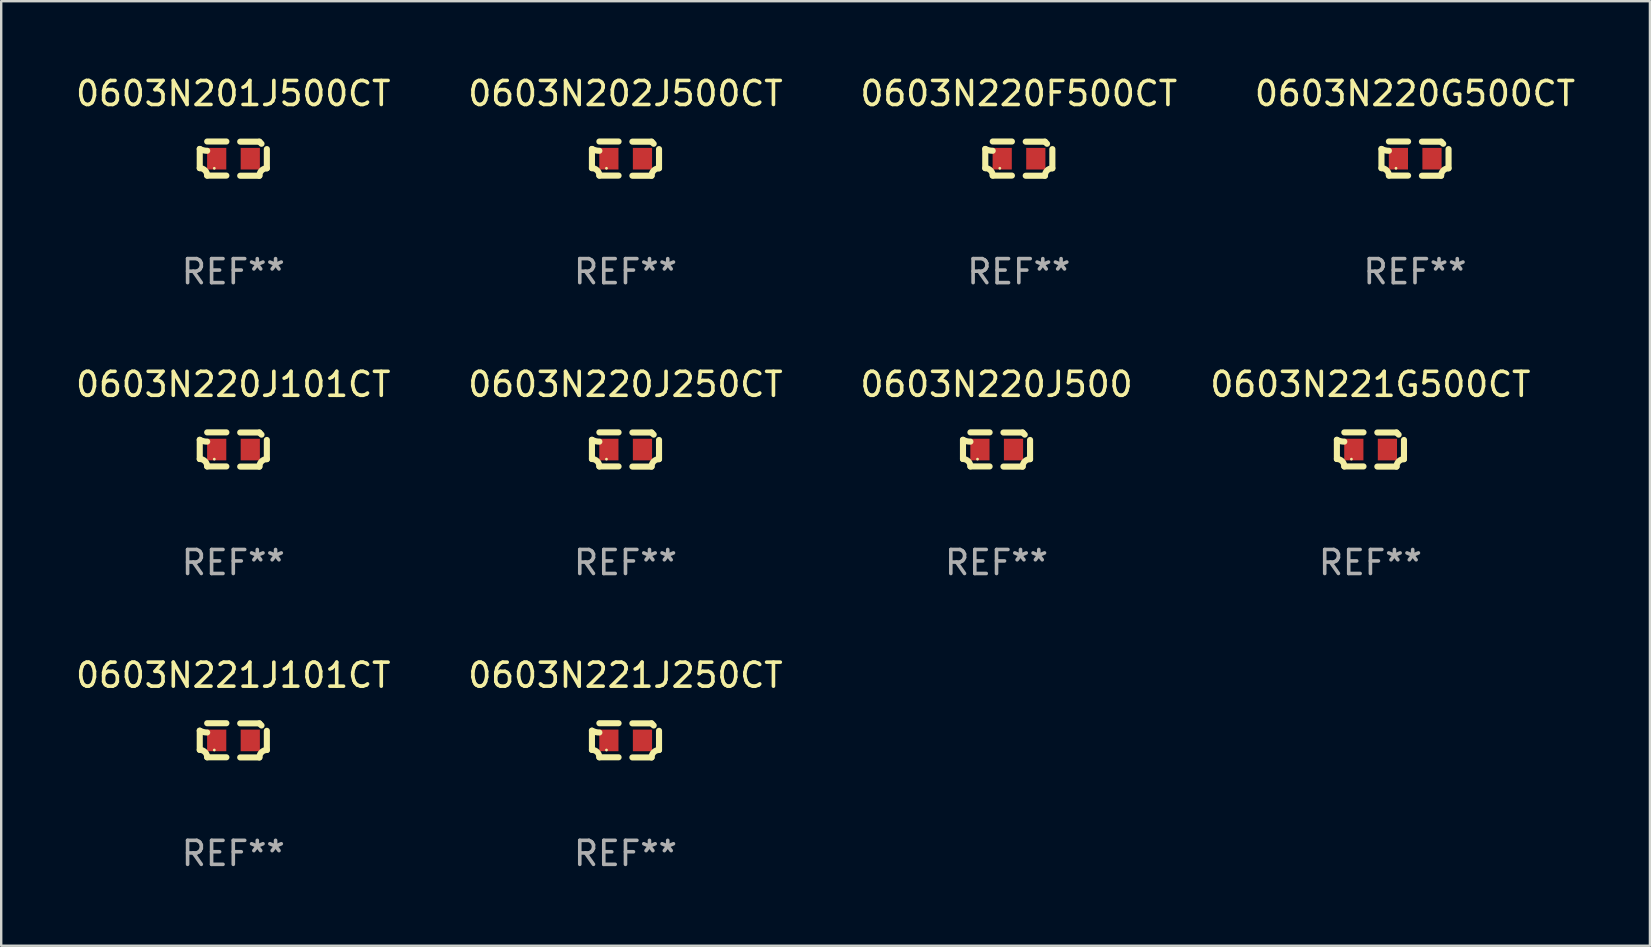
<source format=kicad_pcb>
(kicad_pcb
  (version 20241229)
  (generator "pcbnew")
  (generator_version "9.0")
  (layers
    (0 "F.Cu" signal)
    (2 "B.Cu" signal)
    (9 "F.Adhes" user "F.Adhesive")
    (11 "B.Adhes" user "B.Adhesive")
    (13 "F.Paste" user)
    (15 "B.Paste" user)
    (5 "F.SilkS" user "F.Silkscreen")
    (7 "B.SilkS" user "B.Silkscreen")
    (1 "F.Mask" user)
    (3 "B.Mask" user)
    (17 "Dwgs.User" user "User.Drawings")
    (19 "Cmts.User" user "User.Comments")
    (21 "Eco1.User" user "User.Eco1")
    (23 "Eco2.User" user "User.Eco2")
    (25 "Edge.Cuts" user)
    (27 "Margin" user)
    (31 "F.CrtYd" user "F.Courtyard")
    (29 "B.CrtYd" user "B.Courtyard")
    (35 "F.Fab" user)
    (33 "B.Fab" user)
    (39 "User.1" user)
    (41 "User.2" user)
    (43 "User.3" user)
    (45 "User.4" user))
  (footprint "0603N221G500CT"
    (layer "F.Cu")
    (at 54.065 15.683)
    (property "Reference" "0603N221G500CT" (at 0 -2.713 0) (layer "F.SilkS") (effects (font (size 1 1) (thickness 0.15))))
    (attr through_hole)
    (fp_line (start -1.398 -0.403) (end -1.398 0.397) (stroke (width 0.254) (type solid)) (layer "F.SilkS"))
    (fp_line (start -0.288 -0.713) (end -1.088 -0.713) (stroke (width 0.254) (type solid)) (layer "F.SilkS"))
    (fp_line (start -0.288 0.707) (end -1.088 0.707) (stroke (width 0.254) (type solid)) (layer "F.SilkS"))
    (fp_line (start 0.288 -0.707) (end 1.088 -0.707) (stroke (width 0.254) (type solid)) (layer "F.SilkS"))
    (fp_line (start 0.288 0.713) (end 1.088 0.713) (stroke (width 0.254) (type solid)) (layer "F.SilkS"))
    (fp_line (start 1.398 -0.397) (end 1.398 0.403) (stroke (width 0.254) (type solid)) (layer "F.SilkS"))
    (fp_arc (start -1.397789 0.397066) (mid -1.178701 0.487826) (end -1.08796 0.706922) (stroke (width 0.254001) (type solid)) (layer "F.SilkS"))
    (fp_arc (start -1.08796 -0.327176) (mid -1.247436 -0.346384) (end -1.39779 -0.402908) (stroke (width 0.254001) (type solid)) (layer "F.SilkS"))
    (fp_arc (start 1.087909 0.712738) (mid 1.178656 0.493655) (end 1.397739 0.402908) (stroke (width 0.254001) (type solid)) (layer "F.SilkS"))
    (fp_arc (start 1.175925 -0.618926) (mid 1.131917 -0.662923) (end 1.08791 -0.706922) (stroke (width 0.254001) (type solid)) (layer "F.SilkS"))
    (fp_circle (center -0.792 0.403) (end -0.762 0.403) (stroke (width 0.06) (type solid)) (fill no) (layer "F.SilkS"))
    (fp_text user "REF**" (at 0 4.713 0) (layer "F.Fab") (effects (font (size 1 1) (thickness 0.15))))
    (pad "1" smd rect (at -0.692 0.003) (size 0.8 0.9) (layers "F.Cu" "F.Mask" "F.Paste"))
    (pad "2" smd rect (at 0.708 0.003) (size 0.8 0.9) (layers "F.Cu" "F.Mask" "F.Paste")))
  (footprint "0603N220G500CT"
    (layer "F.Cu")
    (at 55.923 3.561)
    (property "Reference" "0603N220G500CT" (at 0 -2.713 0) (layer "F.SilkS") (effects (font (size 1 1) (thickness 0.15))))
    (attr through_hole)
    (fp_line (start -1.398 -0.403) (end -1.398 0.397) (stroke (width 0.254) (type solid)) (layer "F.SilkS"))
    (fp_line (start -0.288 -0.713) (end -1.088 -0.713) (stroke (width 0.254) (type solid)) (layer "F.SilkS"))
    (fp_line (start -0.288 0.707) (end -1.088 0.707) (stroke (width 0.254) (type solid)) (layer "F.SilkS"))
    (fp_line (start 0.288 -0.707) (end 1.088 -0.707) (stroke (width 0.254) (type solid)) (layer "F.SilkS"))
    (fp_line (start 0.288 0.713) (end 1.088 0.713) (stroke (width 0.254) (type solid)) (layer "F.SilkS"))
    (fp_line (start 1.398 -0.397) (end 1.398 0.403) (stroke (width 0.254) (type solid)) (layer "F.SilkS"))
    (fp_arc (start -1.397789 0.397066) (mid -1.178701 0.487826) (end -1.08796 0.706922) (stroke (width 0.254001) (type solid)) (layer "F.SilkS"))
    (fp_arc (start -1.08796 -0.327176) (mid -1.247436 -0.346384) (end -1.39779 -0.402908) (stroke (width 0.254001) (type solid)) (layer "F.SilkS"))
    (fp_arc (start 1.087909 0.712738) (mid 1.178656 0.493655) (end 1.397739 0.402908) (stroke (width 0.254001) (type solid)) (layer "F.SilkS"))
    (fp_arc (start 1.175925 -0.618926) (mid 1.131917 -0.662923) (end 1.08791 -0.706922) (stroke (width 0.254001) (type solid)) (layer "F.SilkS"))
    (fp_circle (center -0.792 0.403) (end -0.762 0.403) (stroke (width 0.06) (type solid)) (fill no) (layer "F.SilkS"))
    (fp_text user "REF**" (at 0 4.713 0) (layer "F.Fab") (effects (font (size 1 1) (thickness 0.15))))
    (pad "1" smd rect (at -0.692 0.003) (size 0.8 0.9) (layers "F.Cu" "F.Mask" "F.Paste"))
    (pad "2" smd rect (at 0.708 0.003) (size 0.8 0.9) (layers "F.Cu" "F.Mask" "F.Paste")))
  (footprint "0603N221J101CT"
    (layer "F.Cu")
    (at 6.673 27.805)
    (property "Reference" "0603N221J101CT" (at 0 -2.713 0) (layer "F.SilkS") (effects (font (size 1 1) (thickness 0.15))))
    (attr through_hole)
    (fp_line (start -1.398 -0.403) (end -1.398 0.397) (stroke (width 0.254) (type solid)) (layer "F.SilkS"))
    (fp_line (start -0.288 -0.713) (end -1.088 -0.713) (stroke (width 0.254) (type solid)) (layer "F.SilkS"))
    (fp_line (start -0.288 0.707) (end -1.088 0.707) (stroke (width 0.254) (type solid)) (layer "F.SilkS"))
    (fp_line (start 0.288 -0.707) (end 1.088 -0.707) (stroke (width 0.254) (type solid)) (layer "F.SilkS"))
    (fp_line (start 0.288 0.713) (end 1.088 0.713) (stroke (width 0.254) (type solid)) (layer "F.SilkS"))
    (fp_line (start 1.398 -0.397) (end 1.398 0.403) (stroke (width 0.254) (type solid)) (layer "F.SilkS"))
    (fp_arc (start -1.397789 0.397066) (mid -1.178701 0.487826) (end -1.08796 0.706922) (stroke (width 0.254001) (type solid)) (layer "F.SilkS"))
    (fp_arc (start -1.08796 -0.327176) (mid -1.247436 -0.346384) (end -1.39779 -0.402908) (stroke (width 0.254001) (type solid)) (layer "F.SilkS"))
    (fp_arc (start 1.087909 0.712738) (mid 1.178656 0.493655) (end 1.397739 0.402908) (stroke (width 0.254001) (type solid)) (layer "F.SilkS"))
    (fp_arc (start 1.175925 -0.618926) (mid 1.131917 -0.662923) (end 1.08791 -0.706922) (stroke (width 0.254001) (type solid)) (layer "F.SilkS"))
    (fp_circle (center -0.792 0.403) (end -0.762 0.403) (stroke (width 0.06) (type solid)) (fill no) (layer "F.SilkS"))
    (fp_text user "REF**" (at 0 4.713 0) (layer "F.Fab") (effects (font (size 1 1) (thickness 0.15))))
    (pad "1" smd rect (at -0.692 0.003) (size 0.8 0.9) (layers "F.Cu" "F.Mask" "F.Paste"))
    (pad "2" smd rect (at 0.708 0.003) (size 0.8 0.9) (layers "F.Cu" "F.Mask" "F.Paste")))
  (footprint "0603N220J101CT"
    (layer "F.Cu")
    (at 6.673 15.683)
    (property "Reference" "0603N220J101CT" (at 0 -2.713 0) (layer "F.SilkS") (effects (font (size 1 1) (thickness 0.15))))
    (attr through_hole)
    (fp_line (start -1.398 -0.403) (end -1.398 0.397) (stroke (width 0.254) (type solid)) (layer "F.SilkS"))
    (fp_line (start -0.288 -0.713) (end -1.088 -0.713) (stroke (width 0.254) (type solid)) (layer "F.SilkS"))
    (fp_line (start -0.288 0.707) (end -1.088 0.707) (stroke (width 0.254) (type solid)) (layer "F.SilkS"))
    (fp_line (start 0.288 -0.707) (end 1.088 -0.707) (stroke (width 0.254) (type solid)) (layer "F.SilkS"))
    (fp_line (start 0.288 0.713) (end 1.088 0.713) (stroke (width 0.254) (type solid)) (layer "F.SilkS"))
    (fp_line (start 1.398 -0.397) (end 1.398 0.403) (stroke (width 0.254) (type solid)) (layer "F.SilkS"))
    (fp_arc (start -1.397789 0.397066) (mid -1.178701 0.487826) (end -1.08796 0.706922) (stroke (width 0.254001) (type solid)) (layer "F.SilkS"))
    (fp_arc (start -1.08796 -0.327176) (mid -1.247436 -0.346384) (end -1.39779 -0.402908) (stroke (width 0.254001) (type solid)) (layer "F.SilkS"))
    (fp_arc (start 1.087909 0.712738) (mid 1.178656 0.493655) (end 1.397739 0.402908) (stroke (width 0.254001) (type solid)) (layer "F.SilkS"))
    (fp_arc (start 1.175925 -0.618926) (mid 1.131917 -0.662923) (end 1.08791 -0.706922) (stroke (width 0.254001) (type solid)) (layer "F.SilkS"))
    (fp_circle (center -0.792 0.403) (end -0.762 0.403) (stroke (width 0.06) (type solid)) (fill no) (layer "F.SilkS"))
    (fp_text user "REF**" (at 0 4.713 0) (layer "F.Fab") (effects (font (size 1 1) (thickness 0.15))))
    (pad "1" smd rect (at -0.692 0.003) (size 0.8 0.9) (layers "F.Cu" "F.Mask" "F.Paste"))
    (pad "2" smd rect (at 0.708 0.003) (size 0.8 0.9) (layers "F.Cu" "F.Mask" "F.Paste")))
  (footprint "0603N220J500"
    (layer "F.Cu")
    (at 38.482 15.683)
    (property "Reference" "0603N220J500" (at 0 -2.713 0) (layer "F.SilkS") (effects (font (size 1 1) (thickness 0.15))))
    (attr through_hole)
    (fp_line (start -1.398 -0.403) (end -1.398 0.397) (stroke (width 0.254) (type solid)) (layer "F.SilkS"))
    (fp_line (start -0.288 -0.713) (end -1.088 -0.713) (stroke (width 0.254) (type solid)) (layer "F.SilkS"))
    (fp_line (start -0.288 0.707) (end -1.088 0.707) (stroke (width 0.254) (type solid)) (layer "F.SilkS"))
    (fp_line (start 0.288 -0.707) (end 1.088 -0.707) (stroke (width 0.254) (type solid)) (layer "F.SilkS"))
    (fp_line (start 0.288 0.713) (end 1.088 0.713) (stroke (width 0.254) (type solid)) (layer "F.SilkS"))
    (fp_line (start 1.398 -0.397) (end 1.398 0.403) (stroke (width 0.254) (type solid)) (layer "F.SilkS"))
    (fp_arc (start -1.397789 0.397066) (mid -1.178701 0.487826) (end -1.08796 0.706922) (stroke (width 0.254001) (type solid)) (layer "F.SilkS"))
    (fp_arc (start -1.08796 -0.327176) (mid -1.247436 -0.346384) (end -1.39779 -0.402908) (stroke (width 0.254001) (type solid)) (layer "F.SilkS"))
    (fp_arc (start 1.087909 0.712738) (mid 1.178656 0.493655) (end 1.397739 0.402908) (stroke (width 0.254001) (type solid)) (layer "F.SilkS"))
    (fp_arc (start 1.175925 -0.618926) (mid 1.131917 -0.662923) (end 1.08791 -0.706922) (stroke (width 0.254001) (type solid)) (layer "F.SilkS"))
    (fp_circle (center -0.792 0.403) (end -0.762 0.403) (stroke (width 0.06) (type solid)) (fill no) (layer "F.SilkS"))
    (fp_text user "REF**" (at 0 4.713 0) (layer "F.Fab") (effects (font (size 1 1) (thickness 0.15))))
    (pad "1" smd rect (at -0.692 0.003) (size 0.8 0.9) (layers "F.Cu" "F.Mask" "F.Paste"))
    (pad "2" smd rect (at 0.708 0.003) (size 0.8 0.9) (layers "F.Cu" "F.Mask" "F.Paste")))
  (footprint "0603N220J250CT"
    (layer "F.Cu")
    (at 23.018 15.683)
    (property "Reference" "0603N220J250CT" (at 0 -2.713 0) (layer "F.SilkS") (effects (font (size 1 1) (thickness 0.15))))
    (attr through_hole)
    (fp_line (start -1.398 -0.403) (end -1.398 0.397) (stroke (width 0.254) (type solid)) (layer "F.SilkS"))
    (fp_line (start -0.288 -0.713) (end -1.088 -0.713) (stroke (width 0.254) (type solid)) (layer "F.SilkS"))
    (fp_line (start -0.288 0.707) (end -1.088 0.707) (stroke (width 0.254) (type solid)) (layer "F.SilkS"))
    (fp_line (start 0.288 -0.707) (end 1.088 -0.707) (stroke (width 0.254) (type solid)) (layer "F.SilkS"))
    (fp_line (start 0.288 0.713) (end 1.088 0.713) (stroke (width 0.254) (type solid)) (layer "F.SilkS"))
    (fp_line (start 1.398 -0.397) (end 1.398 0.403) (stroke (width 0.254) (type solid)) (layer "F.SilkS"))
    (fp_arc (start -1.397789 0.397066) (mid -1.178701 0.487826) (end -1.08796 0.706922) (stroke (width 0.254001) (type solid)) (layer "F.SilkS"))
    (fp_arc (start -1.08796 -0.327176) (mid -1.247436 -0.346384) (end -1.39779 -0.402908) (stroke (width 0.254001) (type solid)) (layer "F.SilkS"))
    (fp_arc (start 1.087909 0.712738) (mid 1.178656 0.493655) (end 1.397739 0.402908) (stroke (width 0.254001) (type solid)) (layer "F.SilkS"))
    (fp_arc (start 1.175925 -0.618926) (mid 1.131917 -0.662923) (end 1.08791 -0.706922) (stroke (width 0.254001) (type solid)) (layer "F.SilkS"))
    (fp_circle (center -0.792 0.403) (end -0.762 0.403) (stroke (width 0.06) (type solid)) (fill no) (layer "F.SilkS"))
    (fp_text user "REF**" (at 0 4.713 0) (layer "F.Fab") (effects (font (size 1 1) (thickness 0.15))))
    (pad "1" smd rect (at -0.692 0.003) (size 0.8 0.9) (layers "F.Cu" "F.Mask" "F.Paste"))
    (pad "2" smd rect (at 0.708 0.003) (size 0.8 0.9) (layers "F.Cu" "F.Mask" "F.Paste")))
  (footprint "0603N202J500CT"
    (layer "F.Cu")
    (at 23.018 3.561)
    (property "Reference" "0603N202J500CT" (at 0 -2.713 0) (layer "F.SilkS") (effects (font (size 1 1) (thickness 0.15))))
    (attr through_hole)
    (fp_line (start -1.398 -0.403) (end -1.398 0.397) (stroke (width 0.254) (type solid)) (layer "F.SilkS"))
    (fp_line (start -0.288 -0.713) (end -1.088 -0.713) (stroke (width 0.254) (type solid)) (layer "F.SilkS"))
    (fp_line (start -0.288 0.707) (end -1.088 0.707) (stroke (width 0.254) (type solid)) (layer "F.SilkS"))
    (fp_line (start 0.288 -0.707) (end 1.088 -0.707) (stroke (width 0.254) (type solid)) (layer "F.SilkS"))
    (fp_line (start 0.288 0.713) (end 1.088 0.713) (stroke (width 0.254) (type solid)) (layer "F.SilkS"))
    (fp_line (start 1.398 -0.397) (end 1.398 0.403) (stroke (width 0.254) (type solid)) (layer "F.SilkS"))
    (fp_arc (start -1.397789 0.397066) (mid -1.178701 0.487826) (end -1.08796 0.706922) (stroke (width 0.254001) (type solid)) (layer "F.SilkS"))
    (fp_arc (start -1.08796 -0.327176) (mid -1.247436 -0.346384) (end -1.39779 -0.402908) (stroke (width 0.254001) (type solid)) (layer "F.SilkS"))
    (fp_arc (start 1.087909 0.712738) (mid 1.178656 0.493655) (end 1.397739 0.402908) (stroke (width 0.254001) (type solid)) (layer "F.SilkS"))
    (fp_arc (start 1.175925 -0.618926) (mid 1.131917 -0.662923) (end 1.08791 -0.706922) (stroke (width 0.254001) (type solid)) (layer "F.SilkS"))
    (fp_circle (center -0.792 0.403) (end -0.762 0.403) (stroke (width 0.06) (type solid)) (fill no) (layer "F.SilkS"))
    (fp_text user "REF**" (at 0 4.713 0) (layer "F.Fab") (effects (font (size 1 1) (thickness 0.15))))
    (pad "1" smd rect (at -0.692 0.003) (size 0.8 0.9) (layers "F.Cu" "F.Mask" "F.Paste"))
    (pad "2" smd rect (at 0.708 0.003) (size 0.8 0.9) (layers "F.Cu" "F.Mask" "F.Paste")))
  (footprint "0603N201J500CT"
    (layer "F.Cu")
    (at 6.673 3.561)
    (property "Reference" "0603N201J500CT" (at 0 -2.713 0) (layer "F.SilkS") (effects (font (size 1 1) (thickness 0.15))))
    (attr through_hole)
    (fp_line (start -1.398 -0.403) (end -1.398 0.397) (stroke (width 0.254) (type solid)) (layer "F.SilkS"))
    (fp_line (start -0.288 -0.713) (end -1.088 -0.713) (stroke (width 0.254) (type solid)) (layer "F.SilkS"))
    (fp_line (start -0.288 0.707) (end -1.088 0.707) (stroke (width 0.254) (type solid)) (layer "F.SilkS"))
    (fp_line (start 0.288 -0.707) (end 1.088 -0.707) (stroke (width 0.254) (type solid)) (layer "F.SilkS"))
    (fp_line (start 0.288 0.713) (end 1.088 0.713) (stroke (width 0.254) (type solid)) (layer "F.SilkS"))
    (fp_line (start 1.398 -0.397) (end 1.398 0.403) (stroke (width 0.254) (type solid)) (layer "F.SilkS"))
    (fp_arc (start -1.397789 0.397066) (mid -1.178701 0.487826) (end -1.08796 0.706922) (stroke (width 0.254001) (type solid)) (layer "F.SilkS"))
    (fp_arc (start -1.08796 -0.327176) (mid -1.247436 -0.346384) (end -1.39779 -0.402908) (stroke (width 0.254001) (type solid)) (layer "F.SilkS"))
    (fp_arc (start 1.087909 0.712738) (mid 1.178656 0.493655) (end 1.397739 0.402908) (stroke (width 0.254001) (type solid)) (layer "F.SilkS"))
    (fp_arc (start 1.175925 -0.618926) (mid 1.131917 -0.662923) (end 1.08791 -0.706922) (stroke (width 0.254001) (type solid)) (layer "F.SilkS"))
    (fp_circle (center -0.792 0.403) (end -0.762 0.403) (stroke (width 0.06) (type solid)) (fill no) (layer "F.SilkS"))
    (fp_text user "REF**" (at 0 4.713 0) (layer "F.Fab") (effects (font (size 1 1) (thickness 0.15))))
    (pad "1" smd rect (at -0.692 0.003) (size 0.8 0.9) (layers "F.Cu" "F.Mask" "F.Paste"))
    (pad "2" smd rect (at 0.708 0.003) (size 0.8 0.9) (layers "F.Cu" "F.Mask" "F.Paste")))
  (footprint "0603N220F500CT"
    (layer "F.Cu")
    (at 39.411 3.561)
    (property "Reference" "0603N220F500CT" (at 0 -2.713 0) (layer "F.SilkS") (effects (font (size 1 1) (thickness 0.15))))
    (attr through_hole)
    (fp_line (start -1.398 -0.403) (end -1.398 0.397) (stroke (width 0.254) (type solid)) (layer "F.SilkS"))
    (fp_line (start -0.288 -0.713) (end -1.088 -0.713) (stroke (width 0.254) (type solid)) (layer "F.SilkS"))
    (fp_line (start -0.288 0.707) (end -1.088 0.707) (stroke (width 0.254) (type solid)) (layer "F.SilkS"))
    (fp_line (start 0.288 -0.707) (end 1.088 -0.707) (stroke (width 0.254) (type solid)) (layer "F.SilkS"))
    (fp_line (start 0.288 0.713) (end 1.088 0.713) (stroke (width 0.254) (type solid)) (layer "F.SilkS"))
    (fp_line (start 1.398 -0.397) (end 1.398 0.403) (stroke (width 0.254) (type solid)) (layer "F.SilkS"))
    (fp_arc (start -1.397789 0.397066) (mid -1.178701 0.487826) (end -1.08796 0.706922) (stroke (width 0.254001) (type solid)) (layer "F.SilkS"))
    (fp_arc (start -1.08796 -0.327176) (mid -1.247436 -0.346384) (end -1.39779 -0.402908) (stroke (width 0.254001) (type solid)) (layer "F.SilkS"))
    (fp_arc (start 1.087909 0.712738) (mid 1.178656 0.493655) (end 1.397739 0.402908) (stroke (width 0.254001) (type solid)) (layer "F.SilkS"))
    (fp_arc (start 1.175925 -0.618926) (mid 1.131917 -0.662923) (end 1.08791 -0.706922) (stroke (width 0.254001) (type solid)) (layer "F.SilkS"))
    (fp_circle (center -0.792 0.403) (end -0.762 0.403) (stroke (width 0.06) (type solid)) (fill no) (layer "F.SilkS"))
    (fp_text user "REF**" (at 0 4.713 0) (layer "F.Fab") (effects (font (size 1 1) (thickness 0.15))))
    (pad "1" smd rect (at -0.692 0.003) (size 0.8 0.9) (layers "F.Cu" "F.Mask" "F.Paste"))
    (pad "2" smd rect (at 0.708 0.003) (size 0.8 0.9) (layers "F.Cu" "F.Mask" "F.Paste")))
  (footprint "0603N221J250CT"
    (layer "F.Cu")
    (at 23.018 27.805)
    (property "Reference" "0603N221J250CT" (at 0 -2.713 0) (layer "F.SilkS") (effects (font (size 1 1) (thickness 0.15))))
    (attr through_hole)
    (fp_line (start -1.398 -0.403) (end -1.398 0.397) (stroke (width 0.254) (type solid)) (layer "F.SilkS"))
    (fp_line (start -0.288 -0.713) (end -1.088 -0.713) (stroke (width 0.254) (type solid)) (layer "F.SilkS"))
    (fp_line (start -0.288 0.707) (end -1.088 0.707) (stroke (width 0.254) (type solid)) (layer "F.SilkS"))
    (fp_line (start 0.288 -0.707) (end 1.088 -0.707) (stroke (width 0.254) (type solid)) (layer "F.SilkS"))
    (fp_line (start 0.288 0.713) (end 1.088 0.713) (stroke (width 0.254) (type solid)) (layer "F.SilkS"))
    (fp_line (start 1.398 -0.397) (end 1.398 0.403) (stroke (width 0.254) (type solid)) (layer "F.SilkS"))
    (fp_arc (start -1.397789 0.397066) (mid -1.178701 0.487826) (end -1.08796 0.706922) (stroke (width 0.254001) (type solid)) (layer "F.SilkS"))
    (fp_arc (start -1.08796 -0.327176) (mid -1.247436 -0.346384) (end -1.39779 -0.402908) (stroke (width 0.254001) (type solid)) (layer "F.SilkS"))
    (fp_arc (start 1.087909 0.712738) (mid 1.178656 0.493655) (end 1.397739 0.402908) (stroke (width 0.254001) (type solid)) (layer "F.SilkS"))
    (fp_arc (start 1.175925 -0.618926) (mid 1.131917 -0.662923) (end 1.08791 -0.706922) (stroke (width 0.254001) (type solid)) (layer "F.SilkS"))
    (fp_circle (center -0.792 0.403) (end -0.762 0.403) (stroke (width 0.06) (type solid)) (fill no) (layer "F.SilkS"))
    (fp_text user "REF**" (at 0 4.713 0) (layer "F.Fab") (effects (font (size 1 1) (thickness 0.15))))
    (pad "1" smd rect (at -0.692 0.003) (size 0.8 0.9) (layers "F.Cu" "F.Mask" "F.Paste"))
    (pad "2" smd rect (at 0.708 0.003) (size 0.8 0.9) (layers "F.Cu" "F.Mask" "F.Paste")))
  (gr_rect
    (start -3 -3)
    (end 65.714 36.366)
    (stroke (width 0.1) (type default))
    (fill no)
    (layer "Edge.Cuts")))
</source>
